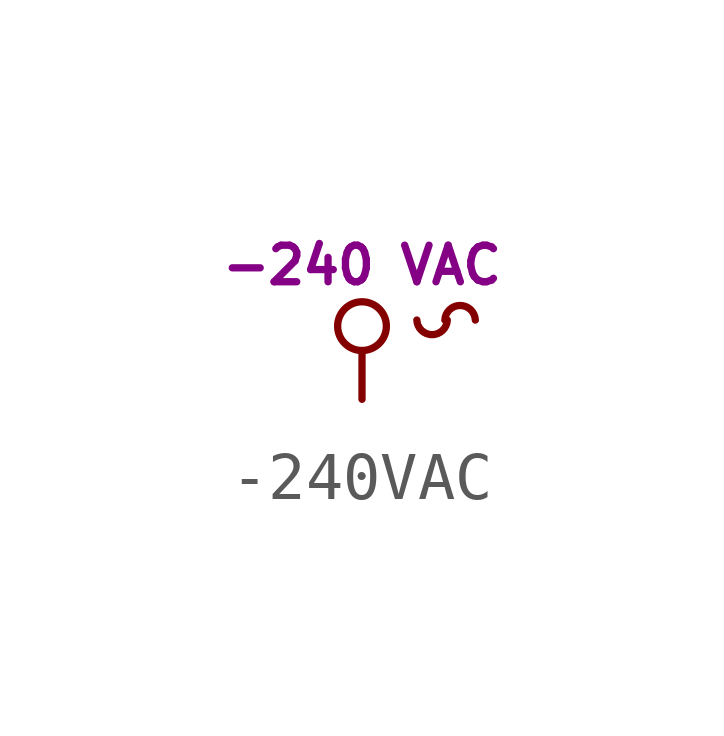
<source format=kicad_sym>
(kicad_symbol_lib
  (version 20211014)
  (generator kicad_symbol_editor)
  (symbol "-240VAC"
    (power)
    (pin_numbers hide)
    (pin_names
      (offset 0))
    (property "Reference" "#PWR"
      (at 0 3.556 0)
      (effects (font (size 0.508 0.508)) hide))
    (property "Footprint" ""
      (at 0 0 0)
      (effects (font (size 1.524 1.524))))
    (property "Datasheet" ""
      (at 0 3.556 0)
      (effects (font (size 1.524 1.524))))
    (property "Unit" "-240 VAC"
      (at 0 2.794 0)
      (effects (font (size 0.762 0.762))))
    (symbol "-240VAC_0_0"
      (polyline (pts (xy 0 0) (xy 0 1.016) (xy 0 1.016)) (stroke (width 0) (type default) (color 0 0 0 0)) (fill (type none)))
      (pin power_in line (at 0 0 90) (length 0) hide (name "-240VAC" (effects (font (size 0.635 0.635)))) (number "1" (effects (font (size 0.635 0.635))))))
    (symbol "-240VAC_0_1"
      (circle (center 0 1.524) (radius 0.508) (stroke (width 0) (type default) (color 0 0 0 0)) (fill (type none)))
      (arc (start 1.143 1.651) (mid 1.4478 1.3462) (end 1.778 1.651) (stroke (width 0) (type default) (color 0 0 0 0)) (fill (type none)))
      (arc (start 2.3622 1.651) (mid 2.0574 1.9558) (end 1.7272 1.651) (stroke (width 0) (type default) (color 0 0 0 0)) (fill (type none))))))
</source>
